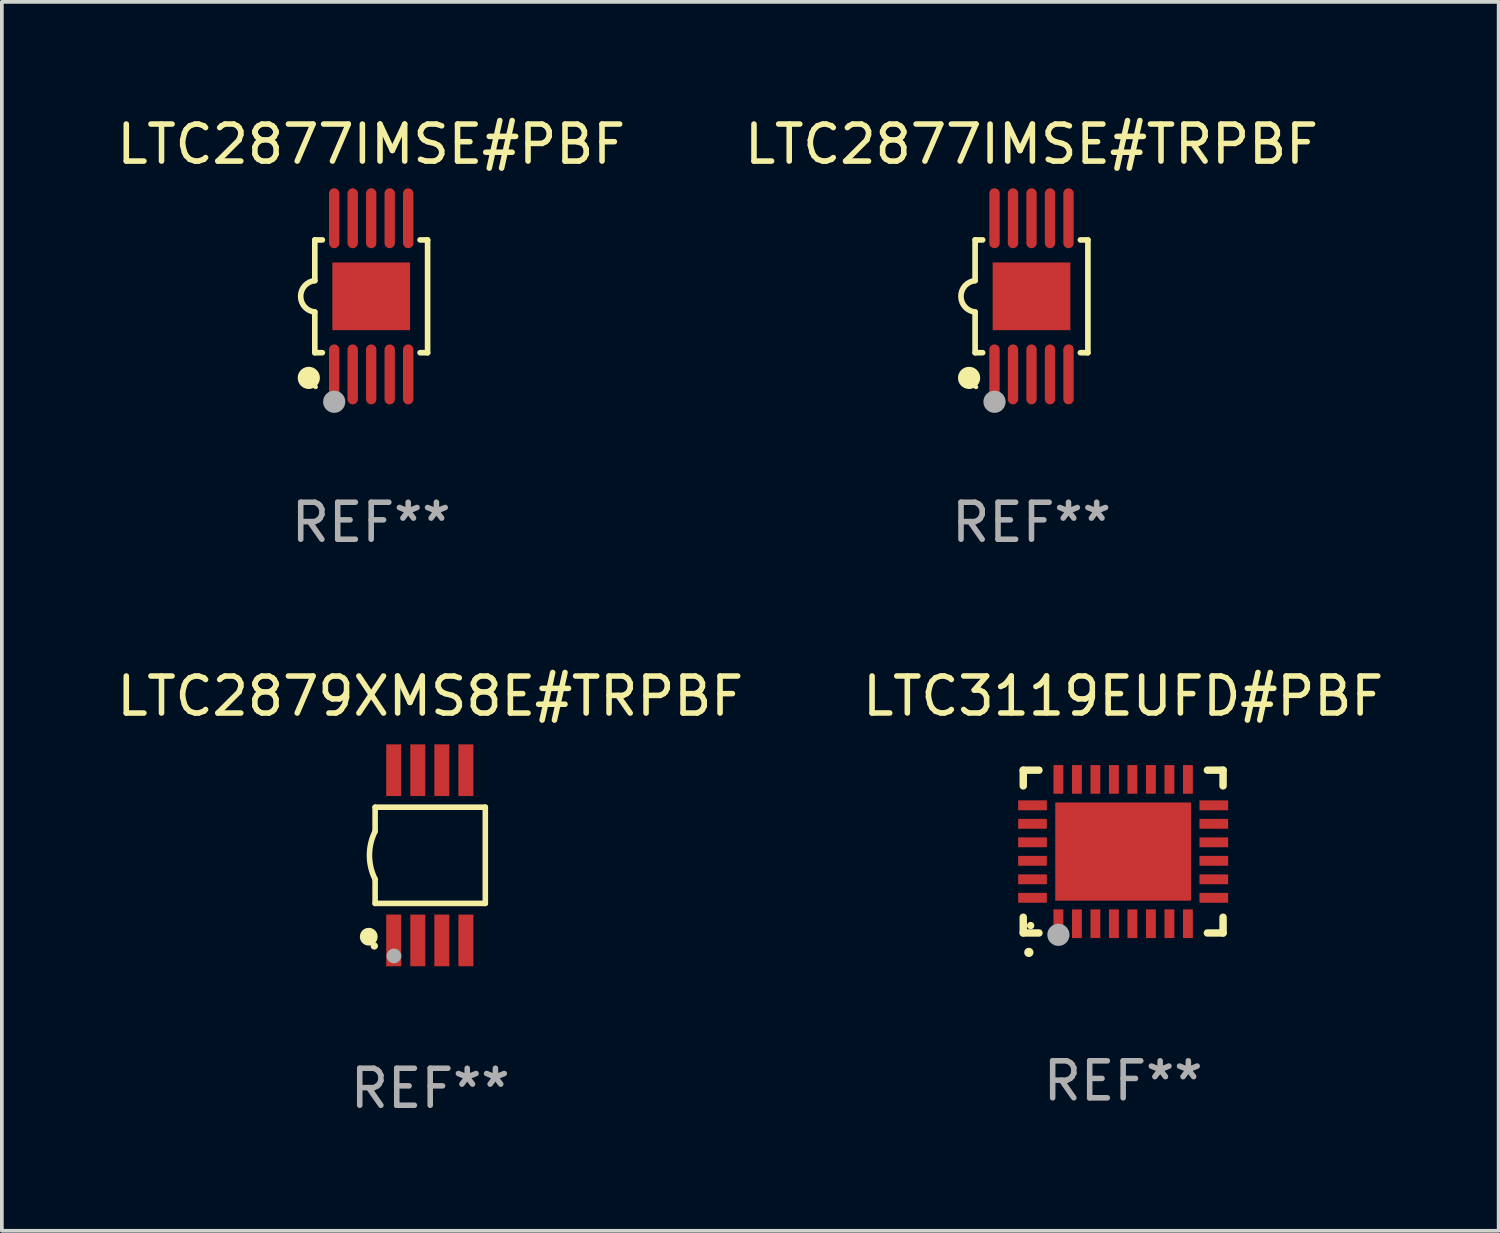
<source format=kicad_pcb>
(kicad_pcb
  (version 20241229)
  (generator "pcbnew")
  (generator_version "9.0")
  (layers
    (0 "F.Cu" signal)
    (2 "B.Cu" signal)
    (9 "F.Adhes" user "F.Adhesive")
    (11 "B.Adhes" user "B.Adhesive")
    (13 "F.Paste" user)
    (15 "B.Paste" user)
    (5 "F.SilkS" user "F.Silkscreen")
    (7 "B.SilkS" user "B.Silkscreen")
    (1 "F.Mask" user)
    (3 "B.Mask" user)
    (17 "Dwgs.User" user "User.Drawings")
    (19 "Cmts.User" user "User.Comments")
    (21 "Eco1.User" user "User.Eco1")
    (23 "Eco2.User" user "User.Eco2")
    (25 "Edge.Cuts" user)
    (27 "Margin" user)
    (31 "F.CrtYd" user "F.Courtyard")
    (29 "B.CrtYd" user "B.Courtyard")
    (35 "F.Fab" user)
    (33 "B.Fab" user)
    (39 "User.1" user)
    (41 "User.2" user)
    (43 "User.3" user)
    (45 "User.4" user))
  (footprint "LTC2877IMSE#TRPBF"
    (layer "F.Cu")
    (at 24.827 4.958)
    (property "Reference" "LTC2877IMSE#TRPBF" (at 0 -4.11 0) (layer "F.SilkS") (effects (font (size 1 1) (thickness 0.15))))
    (attr through_hole)
    (fp_line (start -1.524 -1.524) (end -1.524 -0.424) (stroke (width 0.152) (type solid)) (layer "F.SilkS"))
    (fp_line (start -1.524 1.524) (end -1.524 0.424) (stroke (width 0.152) (type solid)) (layer "F.SilkS"))
    (fp_line (start -1.524 1.524) (end -1.32 1.524) (stroke (width 0.152) (type solid)) (layer "F.SilkS"))
    (fp_line (start -1.32 -1.524) (end -1.524 -1.524) (stroke (width 0.152) (type solid)) (layer "F.SilkS"))
    (fp_line (start 1.32 1.524) (end 1.524 1.524) (stroke (width 0.152) (type solid)) (layer "F.SilkS"))
    (fp_line (start 1.524 -1.524) (end 1.32 -1.524) (stroke (width 0.152) (type solid)) (layer "F.SilkS"))
    (fp_line (start 1.524 1.524) (end 1.524 -1.524) (stroke (width 0.152) (type solid)) (layer "F.SilkS"))
    (fp_arc (start -1.524003 0.424003) (mid -1.906663 -0.000089) (end -1.524004 -0.424181) (stroke (width 0.151994) (type solid)) (layer "F.SilkS"))
    (fp_circle (center -1.687 2.205) (end -1.537 2.205) (stroke (width 0.3) (type solid)) (fill no) (layer "F.SilkS"))
    (fp_circle (center -1.5 2.45) (end -1.47 2.45) (stroke (width 0.06) (type solid)) (fill no) (layer "F.SilkS"))
    (fp_circle (center -1 2.85) (end -0.85 2.85) (stroke (width 0.3) (type solid)) (fill no) (layer "F.Fab"))
    (fp_text user "REF**" (at 0 6.11 0) (layer "F.Fab") (effects (font (size 1 1) (thickness 0.15))))
    (pad "1" smd oval (at -1 2.11) (size 0.28 1.62) (layers "F.Cu" "F.Mask" "F.Paste"))
    (pad "2" smd oval (at -0.5 2.11) (size 0.28 1.62) (layers "F.Cu" "F.Mask" "F.Paste"))
    (pad "3" smd oval (at 0 2.11) (size 0.28 1.62) (layers "F.Cu" "F.Mask" "F.Paste"))
    (pad "4" smd oval (at 0.5 2.11) (size 0.28 1.62) (layers "F.Cu" "F.Mask" "F.Paste"))
    (pad "5" smd oval (at 1 2.11) (size 0.28 1.62) (layers "F.Cu" "F.Mask" "F.Paste"))
    (pad "6" smd oval (at 1 -2.11) (size 0.28 1.62) (layers "F.Cu" "F.Mask" "F.Paste"))
    (pad "7" smd oval (at 0.5 -2.11) (size 0.28 1.62) (layers "F.Cu" "F.Mask" "F.Paste"))
    (pad "8" smd oval (at 0 -2.11) (size 0.28 1.62) (layers "F.Cu" "F.Mask" "F.Paste"))
    (pad "9" smd oval (at -0.5 -2.11) (size 0.28 1.62) (layers "F.Cu" "F.Mask" "F.Paste"))
    (pad "10" smd oval (at -1 -2.11) (size 0.28 1.62) (layers "F.Cu" "F.Mask" "F.Paste"))
    (pad "11" smd rect (at 0 0) (size 2.1 1.83) (layers "F.Cu" "F.Mask" "F.Paste")))
  (footprint "LTC3119EUFD#PBF"
    (layer "F.Cu")
    (at 27.304 19.964)
    (property "Reference" "LTC3119EUFD#PBF" (at 0 -4.2 0) (layer "F.SilkS") (effects (font (size 1 1) (thickness 0.15))))
    (attr through_hole)
    (fp_line (start -2.7 -2.2) (end -2.276 -2.2) (stroke (width 0.201) (type solid)) (layer "F.SilkS"))
    (fp_line (start -2.7 -1.775) (end -2.7 -2.2) (stroke (width 0.201) (type solid)) (layer "F.SilkS"))
    (fp_line (start -2.7 2.2) (end -2.7 1.775) (stroke (width 0.201) (type solid)) (layer "F.SilkS"))
    (fp_line (start -2.276 2.2) (end -2.7 2.2) (stroke (width 0.201) (type solid)) (layer "F.SilkS"))
    (fp_line (start 2.276 2.2) (end 2.7 2.2) (stroke (width 0.201) (type solid)) (layer "F.SilkS"))
    (fp_line (start 2.7 -2.2) (end 2.276 -2.2) (stroke (width 0.201) (type solid)) (layer "F.SilkS"))
    (fp_line (start 2.7 -1.775) (end 2.7 -2.2) (stroke (width 0.201) (type solid)) (layer "F.SilkS"))
    (fp_line (start 2.7 2.2) (end 2.7 1.775) (stroke (width 0.201) (type solid)) (layer "F.SilkS"))
    (fp_arc (start -2.550165 2.725425) (mid -2.548895 2.725419) (end -2.547625 2.725425) (stroke (width 0.24892) (type solid)) (layer "F.SilkS"))
    (fp_circle (center -2.5 2) (end -2.45 2) (stroke (width 0.1) (type solid)) (fill no) (layer "F.SilkS"))
    (fp_circle (center -1.75 2.25) (end -1.6 2.25) (stroke (width 0.3) (type solid)) (fill no) (layer "F.Fab"))
    (fp_text user "REF**" (at 0 6.2 0) (layer "F.Fab") (effects (font (size 1 1) (thickness 0.15))))
    (pad "1" smd rect (at -1.75 1.95) (size 0.267 0.775) (layers "F.Cu" "F.Mask" "F.Paste"))
    (pad "2" smd rect (at -1.25 1.95) (size 0.267 0.775) (layers "F.Cu" "F.Mask" "F.Paste"))
    (pad "3" smd rect (at -0.75 1.95) (size 0.267 0.775) (layers "F.Cu" "F.Mask" "F.Paste"))
    (pad "4" smd rect (at -0.25 1.95) (size 0.267 0.775) (layers "F.Cu" "F.Mask" "F.Paste"))
    (pad "5" smd rect (at 0.25 1.95) (size 0.267 0.775) (layers "F.Cu" "F.Mask" "F.Paste"))
    (pad "6" smd rect (at 0.75 1.95) (size 0.267 0.775) (layers "F.Cu" "F.Mask" "F.Paste"))
    (pad "7" smd rect (at 1.25 1.95) (size 0.267 0.775) (layers "F.Cu" "F.Mask" "F.Paste"))
    (pad "8" smd rect (at 1.75 1.95) (size 0.267 0.775) (layers "F.Cu" "F.Mask" "F.Paste"))
    (pad "9" smd rect (at 2.45 1.25) (size 0.775 0.267) (layers "F.Cu" "F.Mask" "F.Paste"))
    (pad "10" smd rect (at 2.45 0.75) (size 0.775 0.267) (layers "F.Cu" "F.Mask" "F.Paste"))
    (pad "11" smd rect (at 2.45 0.25) (size 0.775 0.267) (layers "F.Cu" "F.Mask" "F.Paste"))
    (pad "12" smd rect (at 2.45 -0.25) (size 0.775 0.267) (layers "F.Cu" "F.Mask" "F.Paste"))
    (pad "13" smd rect (at 2.45 -0.75) (size 0.775 0.267) (layers "F.Cu" "F.Mask" "F.Paste"))
    (pad "14" smd rect (at 2.45 -1.25) (size 0.775 0.267) (layers "F.Cu" "F.Mask" "F.Paste"))
    (pad "15" smd rect (at 1.75 -1.95) (size 0.267 0.775) (layers "F.Cu" "F.Mask" "F.Paste"))
    (pad "16" smd rect (at 1.25 -1.95) (size 0.267 0.775) (layers "F.Cu" "F.Mask" "F.Paste"))
    (pad "17" smd rect (at 0.75 -1.95) (size 0.267 0.775) (layers "F.Cu" "F.Mask" "F.Paste"))
    (pad "18" smd rect (at 0.25 -1.95) (size 0.267 0.775) (layers "F.Cu" "F.Mask" "F.Paste"))
    (pad "19" smd rect (at -0.25 -1.95) (size 0.267 0.775) (layers "F.Cu" "F.Mask" "F.Paste"))
    (pad "20" smd rect (at -0.75 -1.95) (size 0.267 0.775) (layers "F.Cu" "F.Mask" "F.Paste"))
    (pad "21" smd rect (at -1.25 -1.95) (size 0.267 0.775) (layers "F.Cu" "F.Mask" "F.Paste"))
    (pad "22" smd rect (at -1.75 -1.95) (size 0.267 0.775) (layers "F.Cu" "F.Mask" "F.Paste"))
    (pad "23" smd rect (at -2.45 -1.25) (size 0.775 0.267) (layers "F.Cu" "F.Mask" "F.Paste"))
    (pad "24" smd rect (at -2.45 -0.75) (size 0.775 0.267) (layers "F.Cu" "F.Mask" "F.Paste"))
    (pad "25" smd rect (at -2.45 -0.25) (size 0.775 0.267) (layers "F.Cu" "F.Mask" "F.Paste"))
    (pad "26" smd rect (at -2.45 0.25) (size 0.775 0.267) (layers "F.Cu" "F.Mask" "F.Paste"))
    (pad "27" smd rect (at -2.45 0.75) (size 0.775 0.267) (layers "F.Cu" "F.Mask" "F.Paste"))
    (pad "28" smd rect (at -2.45 1.25) (size 0.775 0.267) (layers "F.Cu" "F.Mask" "F.Paste"))
    (pad "29" smd rect (at 0.000127 0.000127) (size 3.67 2.654) (layers "F.Cu" "F.Mask" "F.Paste")))
  (footprint "LTC2879XMS8E#TRPBF"
    (layer "F.Cu")
    (at 8.577 20.065)
    (property "Reference" "LTC2879XMS8E#TRPBF" (at 0 -4.3 0) (layer "F.SilkS") (effects (font (size 1 1) (thickness 0.15))))
    (attr through_hole)
    (fp_line (start -1.489 -1.3) (end -1.489 -0.648) (stroke (width 0.15) (type solid)) (layer "F.SilkS"))
    (fp_line (start -1.489 0.648) (end -1.489 1.3) (stroke (width 0.15) (type solid)) (layer "F.SilkS"))
    (fp_line (start -1.489 1.3) (end 1.489 1.3) (stroke (width 0.15) (type solid)) (layer "F.SilkS"))
    (fp_line (start 1.489 -1.3) (end -1.489 -1.3) (stroke (width 0.15) (type solid)) (layer "F.SilkS"))
    (fp_line (start 1.489 1.3) (end 1.489 -1.3) (stroke (width 0.15) (type solid)) (layer "F.SilkS"))
    (fp_arc (start -1.489205 0.647702) (mid -1.642107 0) (end -1.489205 -0.647701) (stroke (width 0.150013) (type solid)) (layer "F.SilkS"))
    (fp_circle (center -1.661 2.2) (end -1.541 2.2) (stroke (width 0.24) (type solid)) (fill no) (layer "F.SilkS"))
    (fp_circle (center -1.511 2.45) (end -1.461 2.45) (stroke (width 0.1) (type solid)) (fill no) (layer "F.SilkS"))
    (fp_circle (center -0.981 2.72) (end -0.881 2.72) (stroke (width 0.2) (type solid)) (fill no) (layer "F.Fab"))
    (fp_text user "REF**" (at 0 6.3 0) (layer "F.Fab") (effects (font (size 1 1) (thickness 0.15))))
    (pad "1" smd rect (at -0.986 2.3) (size 0.406 1.397) (layers "F.Cu" "F.Mask" "F.Paste"))
    (pad "2" smd rect (at -0.336 2.3) (size 0.406 1.397) (layers "F.Cu" "F.Mask" "F.Paste"))
    (pad "3" smd rect (at 0.314 2.3) (size 0.406 1.397) (layers "F.Cu" "F.Mask" "F.Paste"))
    (pad "4" smd rect (at 0.964 2.3) (size 0.406 1.397) (layers "F.Cu" "F.Mask" "F.Paste"))
    (pad "5" smd rect (at 0.964 -2.3) (size 0.406 1.397) (layers "F.Cu" "F.Mask" "F.Paste"))
    (pad "6" smd rect (at 0.314 -2.3) (size 0.406 1.397) (layers "F.Cu" "F.Mask" "F.Paste"))
    (pad "7" smd rect (at -0.336 -2.3) (size 0.406 1.397) (layers "F.Cu" "F.Mask" "F.Paste"))
    (pad "8" smd rect (at -0.986 -2.3) (size 0.406 1.397) (layers "F.Cu" "F.Mask" "F.Paste")))
  (footprint "LTC2877IMSE#PBF"
    (layer "F.Cu")
    (at 6.982 4.958)
    (property "Reference" "LTC2877IMSE#PBF" (at 0 -4.11 0) (layer "F.SilkS") (effects (font (size 1 1) (thickness 0.15))))
    (attr through_hole)
    (fp_line (start -1.524 -1.524) (end -1.524 -0.424) (stroke (width 0.152) (type solid)) (layer "F.SilkS"))
    (fp_line (start -1.524 1.524) (end -1.524 0.424) (stroke (width 0.152) (type solid)) (layer "F.SilkS"))
    (fp_line (start -1.524 1.524) (end -1.32 1.524) (stroke (width 0.152) (type solid)) (layer "F.SilkS"))
    (fp_line (start -1.32 -1.524) (end -1.524 -1.524) (stroke (width 0.152) (type solid)) (layer "F.SilkS"))
    (fp_line (start 1.32 1.524) (end 1.524 1.524) (stroke (width 0.152) (type solid)) (layer "F.SilkS"))
    (fp_line (start 1.524 -1.524) (end 1.32 -1.524) (stroke (width 0.152) (type solid)) (layer "F.SilkS"))
    (fp_line (start 1.524 1.524) (end 1.524 -1.524) (stroke (width 0.152) (type solid)) (layer "F.SilkS"))
    (fp_arc (start -1.524003 0.424003) (mid -1.906663 -0.000089) (end -1.524004 -0.424181) (stroke (width 0.151994) (type solid)) (layer "F.SilkS"))
    (fp_circle (center -1.687 2.205) (end -1.537 2.205) (stroke (width 0.3) (type solid)) (fill no) (layer "F.SilkS"))
    (fp_circle (center -1.5 2.45) (end -1.47 2.45) (stroke (width 0.06) (type solid)) (fill no) (layer "F.SilkS"))
    (fp_circle (center -1 2.85) (end -0.85 2.85) (stroke (width 0.3) (type solid)) (fill no) (layer "F.Fab"))
    (fp_text user "REF**" (at 0 6.11 0) (layer "F.Fab") (effects (font (size 1 1) (thickness 0.15))))
    (pad "1" smd oval (at -1 2.11) (size 0.28 1.62) (layers "F.Cu" "F.Mask" "F.Paste"))
    (pad "2" smd oval (at -0.5 2.11) (size 0.28 1.62) (layers "F.Cu" "F.Mask" "F.Paste"))
    (pad "3" smd oval (at 0 2.11) (size 0.28 1.62) (layers "F.Cu" "F.Mask" "F.Paste"))
    (pad "4" smd oval (at 0.5 2.11) (size 0.28 1.62) (layers "F.Cu" "F.Mask" "F.Paste"))
    (pad "5" smd oval (at 1 2.11) (size 0.28 1.62) (layers "F.Cu" "F.Mask" "F.Paste"))
    (pad "6" smd oval (at 1 -2.11) (size 0.28 1.62) (layers "F.Cu" "F.Mask" "F.Paste"))
    (pad "7" smd oval (at 0.5 -2.11) (size 0.28 1.62) (layers "F.Cu" "F.Mask" "F.Paste"))
    (pad "8" smd oval (at 0 -2.11) (size 0.28 1.62) (layers "F.Cu" "F.Mask" "F.Paste"))
    (pad "9" smd oval (at -0.5 -2.11) (size 0.28 1.62) (layers "F.Cu" "F.Mask" "F.Paste"))
    (pad "10" smd oval (at -1 -2.11) (size 0.28 1.62) (layers "F.Cu" "F.Mask" "F.Paste"))
    (pad "11" smd rect (at 0 0) (size 2.1 1.83) (layers "F.Cu" "F.Mask" "F.Paste")))
  (gr_rect
    (start -3 -3)
    (end 37.452 30.213)
    (stroke (width 0.1) (type default))
    (fill no)
    (layer "Edge.Cuts")))
</source>
